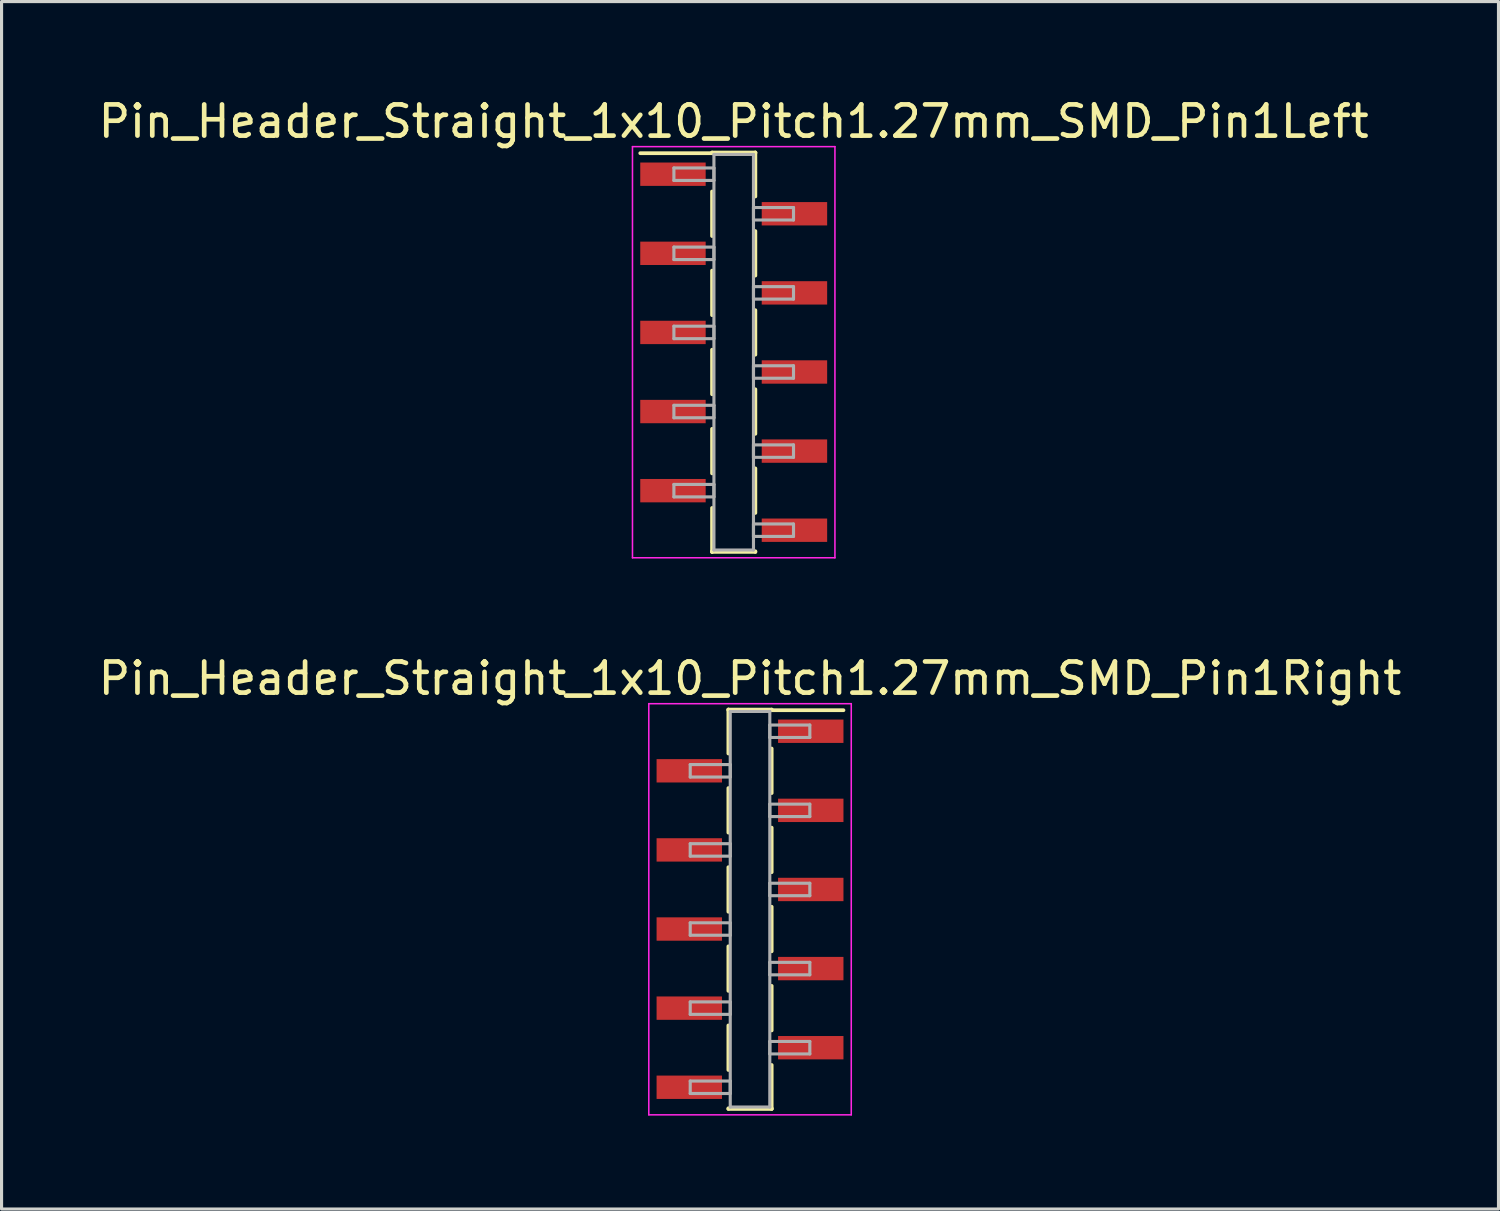
<source format=kicad_pcb>
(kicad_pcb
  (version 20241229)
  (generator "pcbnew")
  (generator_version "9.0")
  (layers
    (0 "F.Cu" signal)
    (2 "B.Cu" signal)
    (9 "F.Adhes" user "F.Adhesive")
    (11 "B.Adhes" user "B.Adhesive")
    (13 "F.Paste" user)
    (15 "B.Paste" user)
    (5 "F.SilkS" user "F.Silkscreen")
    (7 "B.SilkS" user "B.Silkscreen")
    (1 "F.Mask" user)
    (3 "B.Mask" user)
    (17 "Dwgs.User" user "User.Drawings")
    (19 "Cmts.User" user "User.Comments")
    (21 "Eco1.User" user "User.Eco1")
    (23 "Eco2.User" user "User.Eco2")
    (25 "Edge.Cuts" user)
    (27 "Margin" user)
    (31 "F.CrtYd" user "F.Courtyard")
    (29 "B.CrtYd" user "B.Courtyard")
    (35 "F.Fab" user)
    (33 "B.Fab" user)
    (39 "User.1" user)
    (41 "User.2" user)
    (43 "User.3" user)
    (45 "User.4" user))
  (footprint "Pin_Header_Straight_1x10_Pitch1.27mm_SMD_Pin1Right"
    (layer "F.Cu")
    (at 21.03 26.142)
    (property "Reference" "Pin_Header_Straight_1x10_Pitch1.27mm_SMD_Pin1Right" (at 0 -7.41 0) (layer "F.SilkS") (effects (font (size 1 1) (thickness 0.15))))
    (attr smd)
    (fp_line (start -0.695 -6.41) (end -0.695 -5) (stroke (width 0.12) (type solid)) (layer "F.SilkS"))
    (fp_line (start -0.695 -6.41) (end 0.695 -6.41) (stroke (width 0.12) (type solid)) (layer "F.SilkS"))
    (fp_line (start -0.695 -6.39) (end -0.695 -6.41) (stroke (width 0.12) (type solid)) (layer "F.SilkS"))
    (fp_line (start -0.695 -3.89) (end -0.695 -2.46) (stroke (width 0.12) (type solid)) (layer "F.SilkS"))
    (fp_line (start -0.695 -1.35) (end -0.695 0.08) (stroke (width 0.12) (type solid)) (layer "F.SilkS"))
    (fp_line (start -0.695 1.19) (end -0.695 2.62) (stroke (width 0.12) (type solid)) (layer "F.SilkS"))
    (fp_line (start -0.695 3.73) (end -0.695 5.16) (stroke (width 0.12) (type solid)) (layer "F.SilkS"))
    (fp_line (start -0.695 6.39) (end -0.695 6.41) (stroke (width 0.12) (type solid)) (layer "F.SilkS"))
    (fp_line (start -0.695 6.41) (end 0.695 6.41) (stroke (width 0.12) (type solid)) (layer "F.SilkS"))
    (fp_line (start 0.695 -6.41) (end 0.695 -6.39) (stroke (width 0.12) (type solid)) (layer "F.SilkS"))
    (fp_line (start 0.695 -6.39) (end 3 -6.39) (stroke (width 0.12) (type solid)) (layer "F.SilkS"))
    (fp_line (start 0.695 -5.16) (end 0.695 -3.73) (stroke (width 0.12) (type solid)) (layer "F.SilkS"))
    (fp_line (start 0.695 -2.62) (end 0.695 -1.19) (stroke (width 0.12) (type solid)) (layer "F.SilkS"))
    (fp_line (start 0.695 -0.08) (end 0.695 1.35) (stroke (width 0.12) (type solid)) (layer "F.SilkS"))
    (fp_line (start 0.695 2.46) (end 0.695 3.89) (stroke (width 0.12) (type solid)) (layer "F.SilkS"))
    (fp_line (start 0.695 5) (end 0.695 6.41) (stroke (width 0.12) (type solid)) (layer "F.SilkS"))
    (fp_line (start 0.695 6.41) (end 0.695 6.39) (stroke (width 0.12) (type solid)) (layer "F.SilkS"))
    (fp_line (start -3.25 -6.6) (end -3.25 6.6) (stroke (width 0.05) (type solid)) (layer "F.CrtYd"))
    (fp_line (start -3.25 6.6) (end 3.25 6.6) (stroke (width 0.05) (type solid)) (layer "F.CrtYd"))
    (fp_line (start 3.25 -6.6) (end -3.25 -6.6) (stroke (width 0.05) (type solid)) (layer "F.CrtYd"))
    (fp_line (start 3.25 6.6) (end 3.25 -6.6) (stroke (width 0.05) (type solid)) (layer "F.CrtYd"))
    (fp_line (start -1.92 -4.645) (end -0.635 -4.645) (stroke (width 0.1) (type solid)) (layer "F.Fab"))
    (fp_line (start -1.92 -4.245) (end -1.92 -4.645) (stroke (width 0.1) (type solid)) (layer "F.Fab"))
    (fp_line (start -1.92 -2.105) (end -0.635 -2.105) (stroke (width 0.1) (type solid)) (layer "F.Fab"))
    (fp_line (start -1.92 -1.705) (end -1.92 -2.105) (stroke (width 0.1) (type solid)) (layer "F.Fab"))
    (fp_line (start -1.92 0.435) (end -0.635 0.435) (stroke (width 0.1) (type solid)) (layer "F.Fab"))
    (fp_line (start -1.92 0.835) (end -1.92 0.435) (stroke (width 0.1) (type solid)) (layer "F.Fab"))
    (fp_line (start -1.92 2.975) (end -0.635 2.975) (stroke (width 0.1) (type solid)) (layer "F.Fab"))
    (fp_line (start -1.92 3.375) (end -1.92 2.975) (stroke (width 0.1) (type solid)) (layer "F.Fab"))
    (fp_line (start -1.92 5.515) (end -0.635 5.515) (stroke (width 0.1) (type solid)) (layer "F.Fab"))
    (fp_line (start -1.92 5.915) (end -1.92 5.515) (stroke (width 0.1) (type solid)) (layer "F.Fab"))
    (fp_line (start -0.635 -6.35) (end -0.635 6.35) (stroke (width 0.1) (type solid)) (layer "F.Fab"))
    (fp_line (start -0.635 -4.645) (end -0.635 -4.245) (stroke (width 0.1) (type solid)) (layer "F.Fab"))
    (fp_line (start -0.635 -4.245) (end -1.92 -4.245) (stroke (width 0.1) (type solid)) (layer "F.Fab"))
    (fp_line (start -0.635 -2.105) (end -0.635 -1.705) (stroke (width 0.1) (type solid)) (layer "F.Fab"))
    (fp_line (start -0.635 -1.705) (end -1.92 -1.705) (stroke (width 0.1) (type solid)) (layer "F.Fab"))
    (fp_line (start -0.635 0.435) (end -0.635 0.835) (stroke (width 0.1) (type solid)) (layer "F.Fab"))
    (fp_line (start -0.635 0.835) (end -1.92 0.835) (stroke (width 0.1) (type solid)) (layer "F.Fab"))
    (fp_line (start -0.635 2.975) (end -0.635 3.375) (stroke (width 0.1) (type solid)) (layer "F.Fab"))
    (fp_line (start -0.635 3.375) (end -1.92 3.375) (stroke (width 0.1) (type solid)) (layer "F.Fab"))
    (fp_line (start -0.635 5.515) (end -0.635 5.915) (stroke (width 0.1) (type solid)) (layer "F.Fab"))
    (fp_line (start -0.635 5.915) (end -1.92 5.915) (stroke (width 0.1) (type solid)) (layer "F.Fab"))
    (fp_line (start -0.635 6.35) (end 0.635 6.35) (stroke (width 0.1) (type solid)) (layer "F.Fab"))
    (fp_line (start 0.635 -6.35) (end -0.635 -6.35) (stroke (width 0.1) (type solid)) (layer "F.Fab"))
    (fp_line (start 0.635 -5.915) (end 0.635 -5.515) (stroke (width 0.1) (type solid)) (layer "F.Fab"))
    (fp_line (start 0.635 -5.515) (end 1.92 -5.515) (stroke (width 0.1) (type solid)) (layer "F.Fab"))
    (fp_line (start 0.635 -3.375) (end 0.635 -2.975) (stroke (width 0.1) (type solid)) (layer "F.Fab"))
    (fp_line (start 0.635 -2.975) (end 1.92 -2.975) (stroke (width 0.1) (type solid)) (layer "F.Fab"))
    (fp_line (start 0.635 -0.835) (end 0.635 -0.435) (stroke (width 0.1) (type solid)) (layer "F.Fab"))
    (fp_line (start 0.635 -0.435) (end 1.92 -0.435) (stroke (width 0.1) (type solid)) (layer "F.Fab"))
    (fp_line (start 0.635 1.705) (end 0.635 2.105) (stroke (width 0.1) (type solid)) (layer "F.Fab"))
    (fp_line (start 0.635 2.105) (end 1.92 2.105) (stroke (width 0.1) (type solid)) (layer "F.Fab"))
    (fp_line (start 0.635 4.245) (end 0.635 4.645) (stroke (width 0.1) (type solid)) (layer "F.Fab"))
    (fp_line (start 0.635 4.645) (end 1.92 4.645) (stroke (width 0.1) (type solid)) (layer "F.Fab"))
    (fp_line (start 0.635 6.35) (end 0.635 -6.35) (stroke (width 0.1) (type solid)) (layer "F.Fab"))
    (fp_line (start 1.92 -5.915) (end 0.635 -5.915) (stroke (width 0.1) (type solid)) (layer "F.Fab"))
    (fp_line (start 1.92 -5.515) (end 1.92 -5.915) (stroke (width 0.1) (type solid)) (layer "F.Fab"))
    (fp_line (start 1.92 -3.375) (end 0.635 -3.375) (stroke (width 0.1) (type solid)) (layer "F.Fab"))
    (fp_line (start 1.92 -2.975) (end 1.92 -3.375) (stroke (width 0.1) (type solid)) (layer "F.Fab"))
    (fp_line (start 1.92 -0.835) (end 0.635 -0.835) (stroke (width 0.1) (type solid)) (layer "F.Fab"))
    (fp_line (start 1.92 -0.435) (end 1.92 -0.835) (stroke (width 0.1) (type solid)) (layer "F.Fab"))
    (fp_line (start 1.92 1.705) (end 0.635 1.705) (stroke (width 0.1) (type solid)) (layer "F.Fab"))
    (fp_line (start 1.92 2.105) (end 1.92 1.705) (stroke (width 0.1) (type solid)) (layer "F.Fab"))
    (fp_line (start 1.92 4.245) (end 0.635 4.245) (stroke (width 0.1) (type solid)) (layer "F.Fab"))
    (fp_line (start 1.92 4.645) (end 1.92 4.245) (stroke (width 0.1) (type solid)) (layer "F.Fab"))
    (pad "1" smd rect (at 1.95 -5.715) (size 2.1 0.75) (layers "F.Cu" "F.Mask"))
    (pad "2" smd rect (at -1.95 -4.445) (size 2.1 0.75) (layers "F.Cu" "F.Mask"))
    (pad "3" smd rect (at 1.95 -3.175) (size 2.1 0.75) (layers "F.Cu" "F.Mask"))
    (pad "4" smd rect (at -1.95 -1.905) (size 2.1 0.75) (layers "F.Cu" "F.Mask"))
    (pad "5" smd rect (at 1.95 -0.635) (size 2.1 0.75) (layers "F.Cu" "F.Mask"))
    (pad "6" smd rect (at -1.95 0.635) (size 2.1 0.75) (layers "F.Cu" "F.Mask"))
    (pad "7" smd rect (at 1.95 1.905) (size 2.1 0.75) (layers "F.Cu" "F.Mask"))
    (pad "8" smd rect (at -1.95 3.175) (size 2.1 0.75) (layers "F.Cu" "F.Mask"))
    (pad "9" smd rect (at 1.95 4.445) (size 2.1 0.75) (layers "F.Cu" "F.Mask"))
    (pad "10" smd rect (at -1.95 5.715) (size 2.1 0.75) (layers "F.Cu" "F.Mask")))
  (footprint "Pin_Header_Straight_1x10_Pitch1.27mm_SMD_Pin1Left"
    (layer "F.Cu")
    (at 20.506 8.258)
    (property "Reference" "Pin_Header_Straight_1x10_Pitch1.27mm_SMD_Pin1Left" (at 0 -7.41 0) (layer "F.SilkS") (effects (font (size 1 1) (thickness 0.15))))
    (attr smd)
    (fp_line (start -0.695 -6.41) (end 0.695 -6.41) (stroke (width 0.12) (type solid)) (layer "F.SilkS"))
    (fp_line (start -0.695 -6.39) (end -3 -6.39) (stroke (width 0.12) (type solid)) (layer "F.SilkS"))
    (fp_line (start -0.695 -6.39) (end -0.695 -6.41) (stroke (width 0.12) (type solid)) (layer "F.SilkS"))
    (fp_line (start -0.695 -5.16) (end -0.695 -3.73) (stroke (width 0.12) (type solid)) (layer "F.SilkS"))
    (fp_line (start -0.695 -2.62) (end -0.695 -1.19) (stroke (width 0.12) (type solid)) (layer "F.SilkS"))
    (fp_line (start -0.695 -0.08) (end -0.695 1.35) (stroke (width 0.12) (type solid)) (layer "F.SilkS"))
    (fp_line (start -0.695 2.46) (end -0.695 3.89) (stroke (width 0.12) (type solid)) (layer "F.SilkS"))
    (fp_line (start -0.695 5) (end -0.695 6.41) (stroke (width 0.12) (type solid)) (layer "F.SilkS"))
    (fp_line (start -0.695 6.39) (end -0.695 6.41) (stroke (width 0.12) (type solid)) (layer "F.SilkS"))
    (fp_line (start -0.695 6.41) (end 0.695 6.41) (stroke (width 0.12) (type solid)) (layer "F.SilkS"))
    (fp_line (start 0.695 -6.41) (end 0.695 -6.39) (stroke (width 0.12) (type solid)) (layer "F.SilkS"))
    (fp_line (start 0.695 -6.41) (end 0.695 -5) (stroke (width 0.12) (type solid)) (layer "F.SilkS"))
    (fp_line (start 0.695 -3.89) (end 0.695 -2.46) (stroke (width 0.12) (type solid)) (layer "F.SilkS"))
    (fp_line (start 0.695 -1.35) (end 0.695 0.08) (stroke (width 0.12) (type solid)) (layer "F.SilkS"))
    (fp_line (start 0.695 1.19) (end 0.695 2.62) (stroke (width 0.12) (type solid)) (layer "F.SilkS"))
    (fp_line (start 0.695 3.73) (end 0.695 5.16) (stroke (width 0.12) (type solid)) (layer "F.SilkS"))
    (fp_line (start 0.695 6.41) (end 0.695 6.39) (stroke (width 0.12) (type solid)) (layer "F.SilkS"))
    (fp_line (start -3.25 -6.6) (end -3.25 6.6) (stroke (width 0.05) (type solid)) (layer "F.CrtYd"))
    (fp_line (start -3.25 6.6) (end 3.25 6.6) (stroke (width 0.05) (type solid)) (layer "F.CrtYd"))
    (fp_line (start 3.25 -6.6) (end -3.25 -6.6) (stroke (width 0.05) (type solid)) (layer "F.CrtYd"))
    (fp_line (start 3.25 6.6) (end 3.25 -6.6) (stroke (width 0.05) (type solid)) (layer "F.CrtYd"))
    (fp_line (start -1.92 -5.915) (end -0.635 -5.915) (stroke (width 0.1) (type solid)) (layer "F.Fab"))
    (fp_line (start -1.92 -5.515) (end -1.92 -5.915) (stroke (width 0.1) (type solid)) (layer "F.Fab"))
    (fp_line (start -1.92 -3.375) (end -0.635 -3.375) (stroke (width 0.1) (type solid)) (layer "F.Fab"))
    (fp_line (start -1.92 -2.975) (end -1.92 -3.375) (stroke (width 0.1) (type solid)) (layer "F.Fab"))
    (fp_line (start -1.92 -0.835) (end -0.635 -0.835) (stroke (width 0.1) (type solid)) (layer "F.Fab"))
    (fp_line (start -1.92 -0.435) (end -1.92 -0.835) (stroke (width 0.1) (type solid)) (layer "F.Fab"))
    (fp_line (start -1.92 1.705) (end -0.635 1.705) (stroke (width 0.1) (type solid)) (layer "F.Fab"))
    (fp_line (start -1.92 2.105) (end -1.92 1.705) (stroke (width 0.1) (type solid)) (layer "F.Fab"))
    (fp_line (start -1.92 4.245) (end -0.635 4.245) (stroke (width 0.1) (type solid)) (layer "F.Fab"))
    (fp_line (start -1.92 4.645) (end -1.92 4.245) (stroke (width 0.1) (type solid)) (layer "F.Fab"))
    (fp_line (start -0.635 -6.35) (end -0.635 6.35) (stroke (width 0.1) (type solid)) (layer "F.Fab"))
    (fp_line (start -0.635 -5.915) (end -0.635 -5.515) (stroke (width 0.1) (type solid)) (layer "F.Fab"))
    (fp_line (start -0.635 -5.515) (end -1.92 -5.515) (stroke (width 0.1) (type solid)) (layer "F.Fab"))
    (fp_line (start -0.635 -3.375) (end -0.635 -2.975) (stroke (width 0.1) (type solid)) (layer "F.Fab"))
    (fp_line (start -0.635 -2.975) (end -1.92 -2.975) (stroke (width 0.1) (type solid)) (layer "F.Fab"))
    (fp_line (start -0.635 -0.835) (end -0.635 -0.435) (stroke (width 0.1) (type solid)) (layer "F.Fab"))
    (fp_line (start -0.635 -0.435) (end -1.92 -0.435) (stroke (width 0.1) (type solid)) (layer "F.Fab"))
    (fp_line (start -0.635 1.705) (end -0.635 2.105) (stroke (width 0.1) (type solid)) (layer "F.Fab"))
    (fp_line (start -0.635 2.105) (end -1.92 2.105) (stroke (width 0.1) (type solid)) (layer "F.Fab"))
    (fp_line (start -0.635 4.245) (end -0.635 4.645) (stroke (width 0.1) (type solid)) (layer "F.Fab"))
    (fp_line (start -0.635 4.645) (end -1.92 4.645) (stroke (width 0.1) (type solid)) (layer "F.Fab"))
    (fp_line (start -0.635 6.35) (end 0.635 6.35) (stroke (width 0.1) (type solid)) (layer "F.Fab"))
    (fp_line (start 0.635 -6.35) (end -0.635 -6.35) (stroke (width 0.1) (type solid)) (layer "F.Fab"))
    (fp_line (start 0.635 -4.645) (end 0.635 -4.245) (stroke (width 0.1) (type solid)) (layer "F.Fab"))
    (fp_line (start 0.635 -4.245) (end 1.92 -4.245) (stroke (width 0.1) (type solid)) (layer "F.Fab"))
    (fp_line (start 0.635 -2.105) (end 0.635 -1.705) (stroke (width 0.1) (type solid)) (layer "F.Fab"))
    (fp_line (start 0.635 -1.705) (end 1.92 -1.705) (stroke (width 0.1) (type solid)) (layer "F.Fab"))
    (fp_line (start 0.635 0.435) (end 0.635 0.835) (stroke (width 0.1) (type solid)) (layer "F.Fab"))
    (fp_line (start 0.635 0.835) (end 1.92 0.835) (stroke (width 0.1) (type solid)) (layer "F.Fab"))
    (fp_line (start 0.635 2.975) (end 0.635 3.375) (stroke (width 0.1) (type solid)) (layer "F.Fab"))
    (fp_line (start 0.635 3.375) (end 1.92 3.375) (stroke (width 0.1) (type solid)) (layer "F.Fab"))
    (fp_line (start 0.635 5.515) (end 0.635 5.915) (stroke (width 0.1) (type solid)) (layer "F.Fab"))
    (fp_line (start 0.635 5.915) (end 1.92 5.915) (stroke (width 0.1) (type solid)) (layer "F.Fab"))
    (fp_line (start 0.635 6.35) (end 0.635 -6.35) (stroke (width 0.1) (type solid)) (layer "F.Fab"))
    (fp_line (start 1.92 -4.645) (end 0.635 -4.645) (stroke (width 0.1) (type solid)) (layer "F.Fab"))
    (fp_line (start 1.92 -4.245) (end 1.92 -4.645) (stroke (width 0.1) (type solid)) (layer "F.Fab"))
    (fp_line (start 1.92 -2.105) (end 0.635 -2.105) (stroke (width 0.1) (type solid)) (layer "F.Fab"))
    (fp_line (start 1.92 -1.705) (end 1.92 -2.105) (stroke (width 0.1) (type solid)) (layer "F.Fab"))
    (fp_line (start 1.92 0.435) (end 0.635 0.435) (stroke (width 0.1) (type solid)) (layer "F.Fab"))
    (fp_line (start 1.92 0.835) (end 1.92 0.435) (stroke (width 0.1) (type solid)) (layer "F.Fab"))
    (fp_line (start 1.92 2.975) (end 0.635 2.975) (stroke (width 0.1) (type solid)) (layer "F.Fab"))
    (fp_line (start 1.92 3.375) (end 1.92 2.975) (stroke (width 0.1) (type solid)) (layer "F.Fab"))
    (fp_line (start 1.92 5.515) (end 0.635 5.515) (stroke (width 0.1) (type solid)) (layer "F.Fab"))
    (fp_line (start 1.92 5.915) (end 1.92 5.515) (stroke (width 0.1) (type solid)) (layer "F.Fab"))
    (pad "1" smd rect (at -1.95 -5.715) (size 2.1 0.75) (layers "F.Cu" "F.Mask"))
    (pad "2" smd rect (at 1.95 -4.445) (size 2.1 0.75) (layers "F.Cu" "F.Mask"))
    (pad "3" smd rect (at -1.95 -3.175) (size 2.1 0.75) (layers "F.Cu" "F.Mask"))
    (pad "4" smd rect (at 1.95 -1.905) (size 2.1 0.75) (layers "F.Cu" "F.Mask"))
    (pad "5" smd rect (at -1.95 -0.635) (size 2.1 0.75) (layers "F.Cu" "F.Mask"))
    (pad "6" smd rect (at 1.95 0.635) (size 2.1 0.75) (layers "F.Cu" "F.Mask"))
    (pad "7" smd rect (at -1.95 1.905) (size 2.1 0.75) (layers "F.Cu" "F.Mask"))
    (pad "8" smd rect (at 1.95 3.175) (size 2.1 0.75) (layers "F.Cu" "F.Mask"))
    (pad "9" smd rect (at -1.95 4.445) (size 2.1 0.75) (layers "F.Cu" "F.Mask"))
    (pad "10" smd rect (at 1.95 5.715) (size 2.1 0.75) (layers "F.Cu" "F.Mask")))
  (gr_rect
    (start -3 -3)
    (end 45.06 35.767)
    (stroke (width 0.1) (type default))
    (fill no)
    (layer "Edge.Cuts")))
</source>
